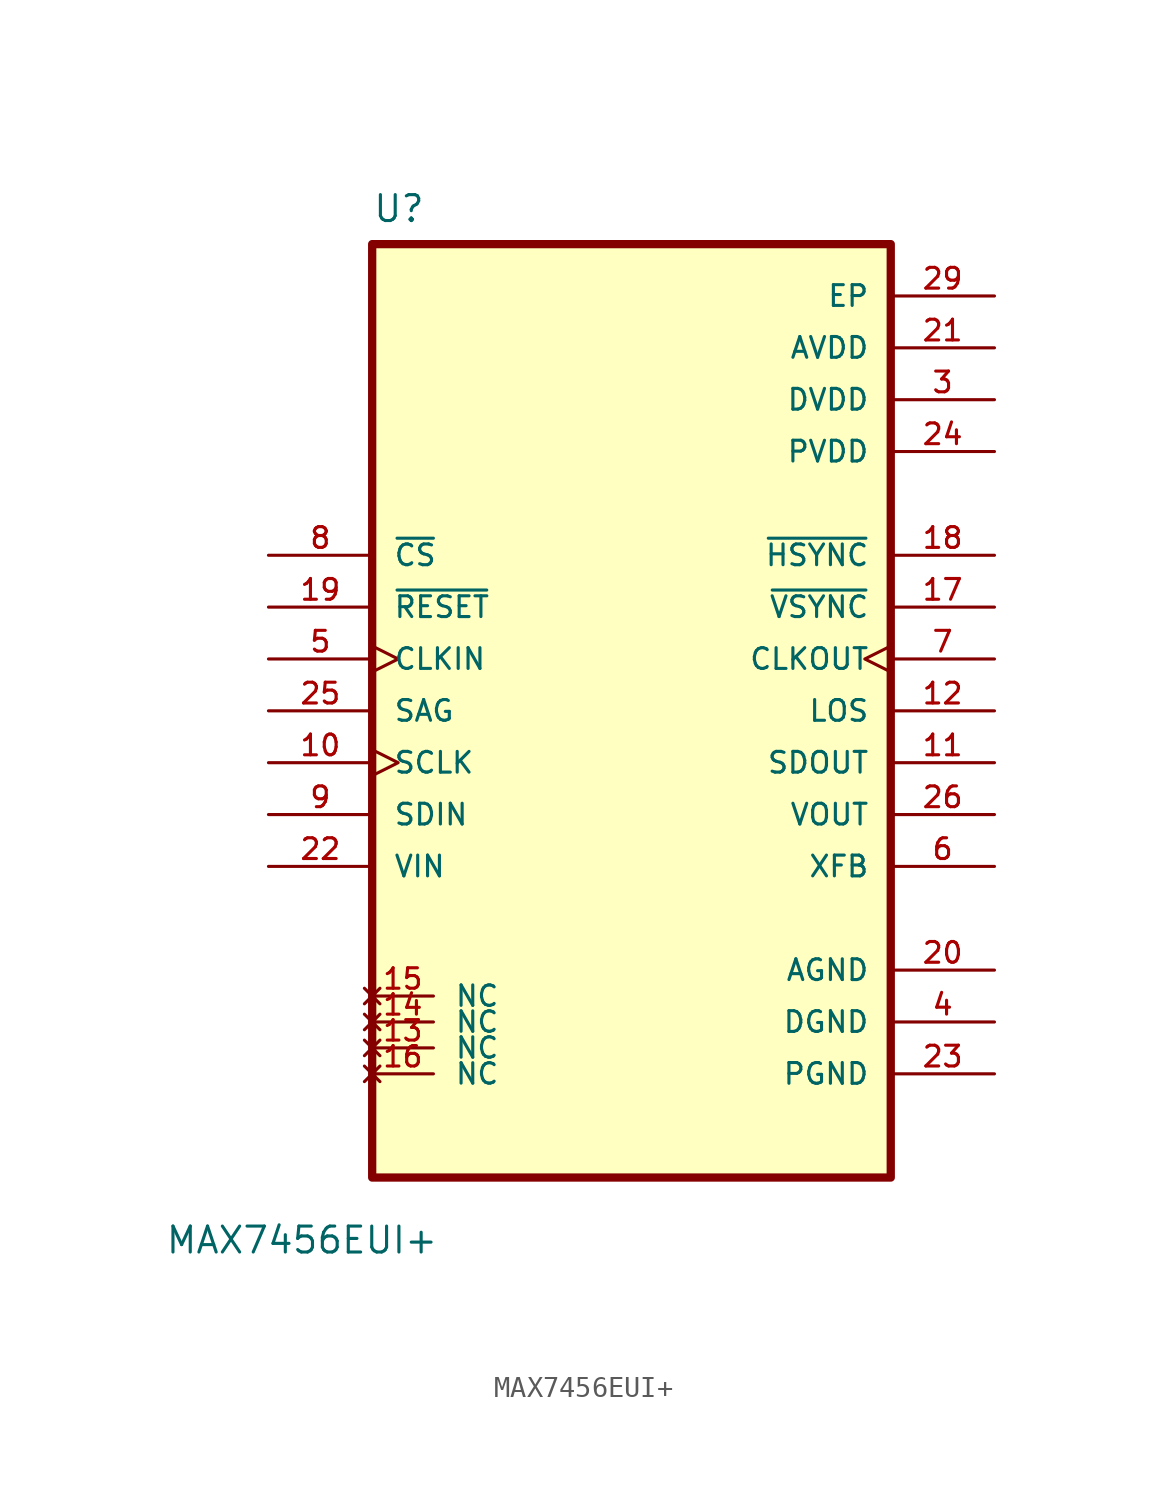
<source format=kicad_sym>
(kicad_symbol_lib
  (version 20211014)
  (generator kicad_symbol_editor)
  (symbol "MAX7456EUI+"
    (pin_names
      (offset 1.016))
    (property "Reference" "U"
      (at -12.7 23.851 0)
      (effects (font (size 1.27 1.27)) (justify left bottom)))
    (property "Value" "MAX7456EUI+"
      (at -22.86 -26.67 0)
      (effects (font (size 1.27 1.27)) (justify left bottom)))
    (property "ki_locked" ""
      (at 0 0 0)
      (effects (font (size 1.27 1.27))))
    (symbol "MAX7456EUI+_0_0"
      (rectangle (start -12.7 -22.86) (end 12.7 22.86) (stroke (width 0.406) (type default) (color 0 0 0 0)) (fill (type background)))
      (pin input clock (at -17.78 -2.54 0) (length 5.08) (name "SCLK" (effects (font (size 1.016 1.016)))) (number "10" (effects (font (size 1.016 1.016)))))
      (pin output line (at 17.78 -2.54 180) (length 5.08) (name "SDOUT" (effects (font (size 1.016 1.016)))) (number "11" (effects (font (size 1.016 1.016)))))
      (pin output line (at 17.78 0 180) (length 5.08) (name "LOS" (effects (font (size 1.016 1.016)))) (number "12" (effects (font (size 1.016 1.016)))))
      (pin output line (at 17.78 5.08 180) (length 5.08) (name "~{VSYNC}" (effects (font (size 1.016 1.016)))) (number "17" (effects (font (size 1.016 1.016)))))
      (pin output line (at 17.78 7.62 180) (length 5.08) (name "~{HSYNC}" (effects (font (size 1.016 1.016)))) (number "18" (effects (font (size 1.016 1.016)))))
      (pin input line (at -17.78 5.08 0) (length 5.08) (name "~{RESET}" (effects (font (size 1.016 1.016)))) (number "19" (effects (font (size 1.016 1.016)))))
      (pin power_in line (at 17.78 -12.7 180) (length 5.08) (name "AGND" (effects (font (size 1.016 1.016)))) (number "20" (effects (font (size 1.016 1.016)))))
      (pin power_in line (at 17.78 17.78 180) (length 5.08) (name "AVDD" (effects (font (size 1.016 1.016)))) (number "21" (effects (font (size 1.016 1.016)))))
      (pin input line (at -17.78 -7.62 0) (length 5.08) (name "VIN" (effects (font (size 1.016 1.016)))) (number "22" (effects (font (size 1.016 1.016)))))
      (pin power_in line (at 17.78 -17.78 180) (length 5.08) (name "PGND" (effects (font (size 1.016 1.016)))) (number "23" (effects (font (size 1.016 1.016)))))
      (pin power_in line (at 17.78 12.7 180) (length 5.08) (name "PVDD" (effects (font (size 1.016 1.016)))) (number "24" (effects (font (size 1.016 1.016)))))
      (pin input line (at -17.78 0 0) (length 5.08) (name "SAG" (effects (font (size 1.016 1.016)))) (number "25" (effects (font (size 1.016 1.016)))))
      (pin output line (at 17.78 -5.08 180) (length 5.08) (name "VOUT" (effects (font (size 1.016 1.016)))) (number "26" (effects (font (size 1.016 1.016)))))
      (pin power_in line (at 17.78 20.32 180) (length 5.08) (name "EP" (effects (font (size 1.016 1.016)))) (number "29" (effects (font (size 1.016 1.016)))))
      (pin power_in line (at 17.78 15.24 180) (length 5.08) (name "DVDD" (effects (font (size 1.016 1.016)))) (number "3" (effects (font (size 1.016 1.016)))))
      (pin power_in line (at 17.78 -15.24 180) (length 5.08) (name "DGND" (effects (font (size 1.016 1.016)))) (number "4" (effects (font (size 1.016 1.016)))))
      (pin input clock (at -17.78 2.54 0) (length 5.08) (name "CLKIN" (effects (font (size 1.016 1.016)))) (number "5" (effects (font (size 1.016 1.016)))))
      (pin output line (at 17.78 -7.62 180) (length 5.08) (name "XFB" (effects (font (size 1.016 1.016)))) (number "6" (effects (font (size 1.016 1.016)))))
      (pin output clock (at 17.78 2.54 180) (length 5.08) (name "CLKOUT" (effects (font (size 1.016 1.016)))) (number "7" (effects (font (size 1.016 1.016)))))
      (pin input line (at -17.78 7.62 0) (length 5.08) (name "~{CS}" (effects (font (size 1.016 1.016)))) (number "8" (effects (font (size 1.016 1.016)))))
      (pin input line (at -17.78 -5.08 0) (length 5.08) (name "SDIN" (effects (font (size 1.016 1.016)))) (number "9" (effects (font (size 1.016 1.016))))))
    (symbol "MAX7456EUI+_1_1"
      (pin no_connect line (at -12.7 -16.51 0) (length 3) (name "NC" (effects (font (size 1 1)))) (number "13" (effects (font (size 1 1)))))
      (pin no_connect line (at -12.7 -15.24 0) (length 3) (name "NC" (effects (font (size 1 1)))) (number "14" (effects (font (size 1 1)))))
      (pin no_connect line (at -12.7 -13.97 0) (length 3) (name "NC" (effects (font (size 1 1)))) (number "15" (effects (font (size 1 1)))))
      (pin no_connect line (at -12.7 -17.78 0) (length 3) (name "NC" (effects (font (size 1 1)))) (number "16" (effects (font (size 1 1))))))))
</source>
